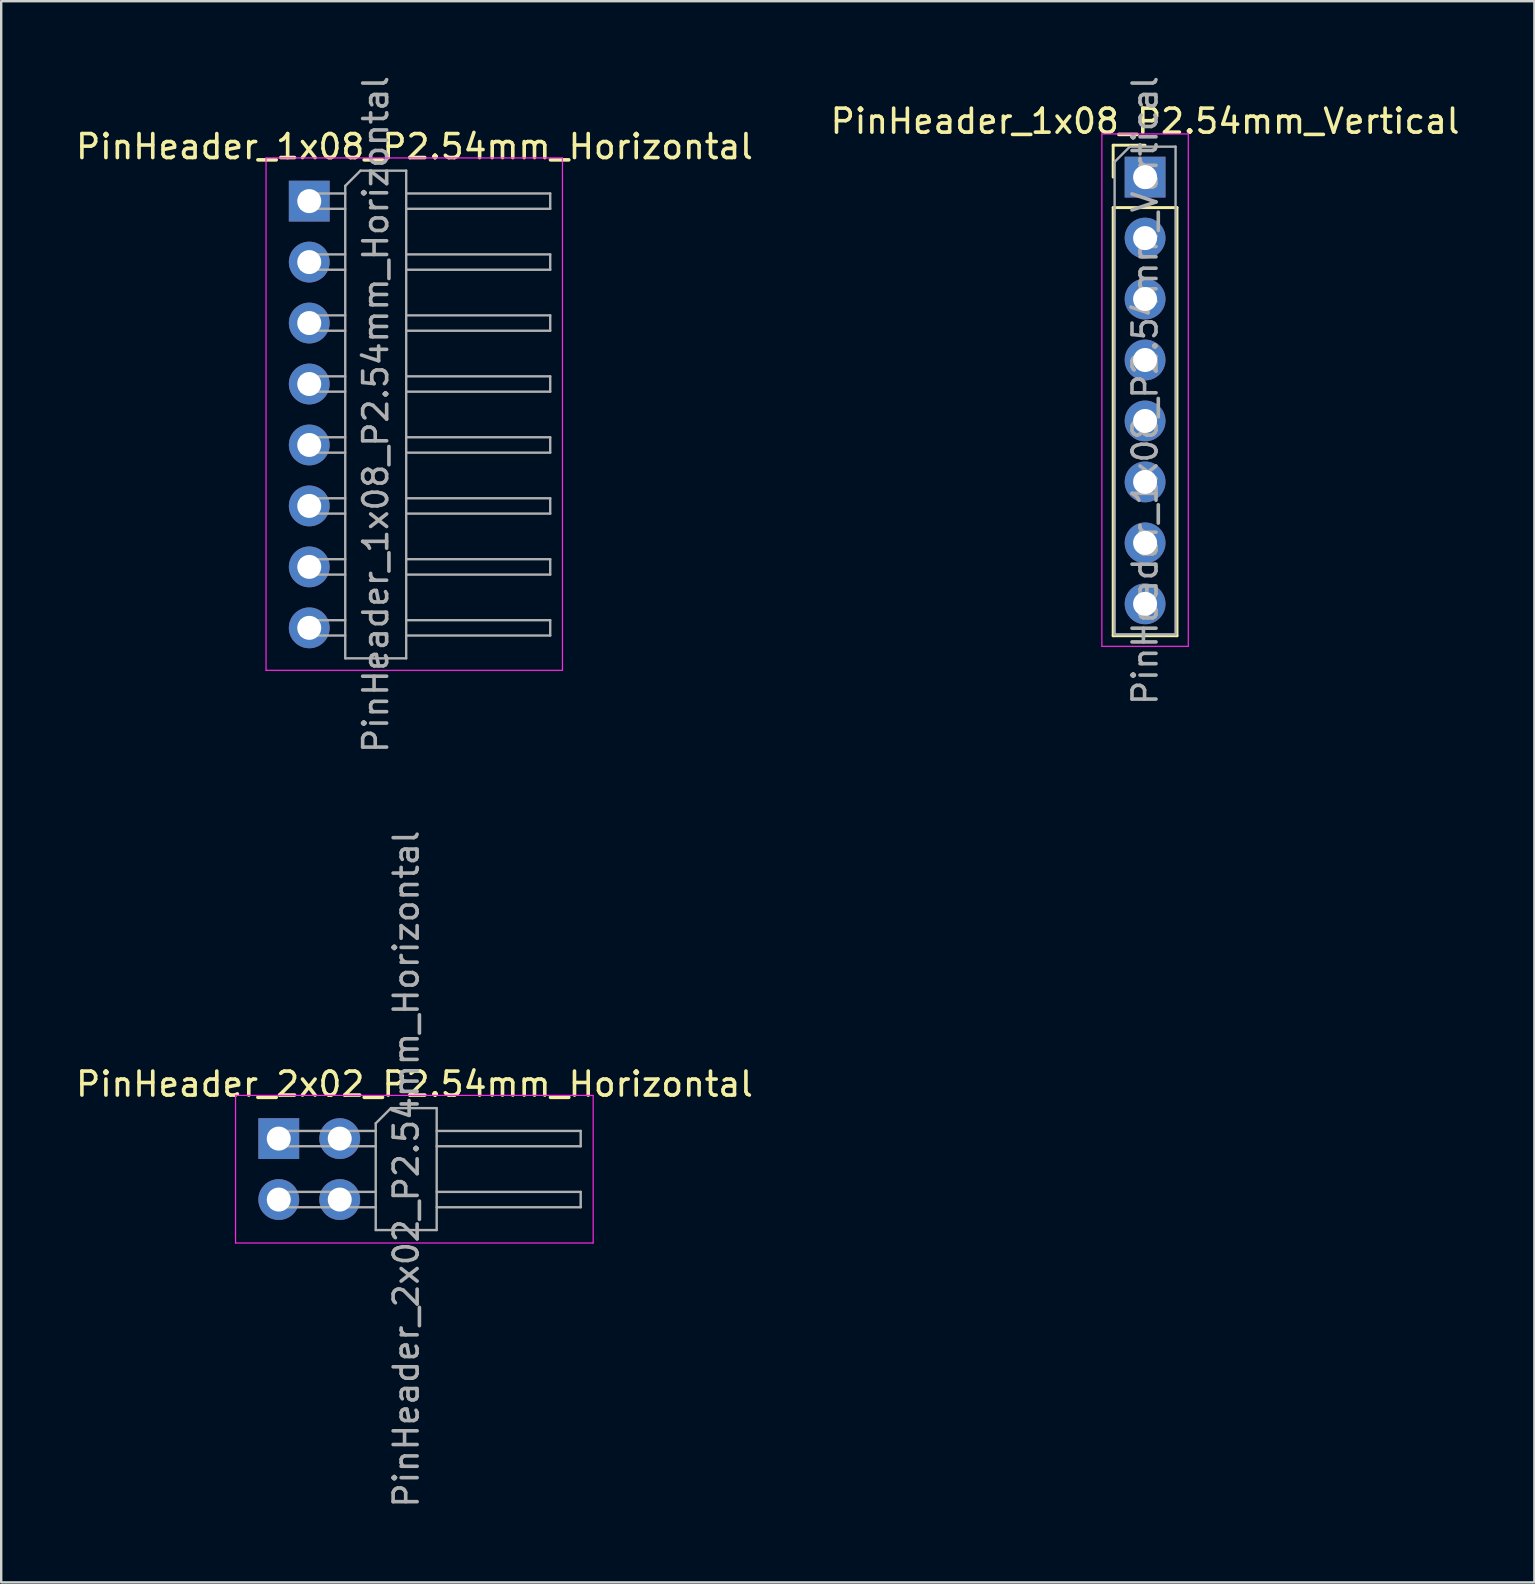
<source format=kicad_pcb>
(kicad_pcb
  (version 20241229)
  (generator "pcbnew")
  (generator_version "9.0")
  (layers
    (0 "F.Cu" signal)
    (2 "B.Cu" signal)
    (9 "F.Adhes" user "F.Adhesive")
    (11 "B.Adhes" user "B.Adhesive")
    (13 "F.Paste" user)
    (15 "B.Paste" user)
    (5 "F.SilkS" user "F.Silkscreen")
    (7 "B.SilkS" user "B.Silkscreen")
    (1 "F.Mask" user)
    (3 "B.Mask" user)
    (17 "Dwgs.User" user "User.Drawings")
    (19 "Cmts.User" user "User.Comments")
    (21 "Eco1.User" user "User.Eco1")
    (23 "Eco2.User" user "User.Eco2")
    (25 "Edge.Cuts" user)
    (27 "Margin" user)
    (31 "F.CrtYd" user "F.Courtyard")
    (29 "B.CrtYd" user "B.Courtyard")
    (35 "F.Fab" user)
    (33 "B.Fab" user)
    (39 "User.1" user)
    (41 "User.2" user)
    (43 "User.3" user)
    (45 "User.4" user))
  (footprint "PinHeader_1x08_P2.54mm_Horizontal"
    (layer "F.Cu")
    (at 9.835 5.33)
    (property "Reference" "PinHeader_1x08_P2.54mm_Horizontal" (at 4.385 -2.27 0) (layer "F.SilkS") (effects (font (size 1 1) (thickness 0.15))))
    (attr through_hole)
    (fp_line (start -1.8 -1.8) (end -1.8 19.55) (stroke (width 0.05) (type solid)) (layer "F.CrtYd"))
    (fp_line (start -1.8 19.55) (end 10.55 19.55) (stroke (width 0.05) (type solid)) (layer "F.CrtYd"))
    (fp_line (start 10.55 -1.8) (end -1.8 -1.8) (stroke (width 0.05) (type solid)) (layer "F.CrtYd"))
    (fp_line (start 10.55 19.55) (end 10.55 -1.8) (stroke (width 0.05) (type solid)) (layer "F.CrtYd"))
    (fp_line (start -0.32 -0.32) (end -0.32 0.32) (stroke (width 0.1) (type solid)) (layer "F.Fab"))
    (fp_line (start -0.32 -0.32) (end 1.5 -0.32) (stroke (width 0.1) (type solid)) (layer "F.Fab"))
    (fp_line (start -0.32 0.32) (end 1.5 0.32) (stroke (width 0.1) (type solid)) (layer "F.Fab"))
    (fp_line (start -0.32 2.22) (end -0.32 2.86) (stroke (width 0.1) (type solid)) (layer "F.Fab"))
    (fp_line (start -0.32 2.22) (end 1.5 2.22) (stroke (width 0.1) (type solid)) (layer "F.Fab"))
    (fp_line (start -0.32 2.86) (end 1.5 2.86) (stroke (width 0.1) (type solid)) (layer "F.Fab"))
    (fp_line (start -0.32 4.76) (end -0.32 5.4) (stroke (width 0.1) (type solid)) (layer "F.Fab"))
    (fp_line (start -0.32 4.76) (end 1.5 4.76) (stroke (width 0.1) (type solid)) (layer "F.Fab"))
    (fp_line (start -0.32 5.4) (end 1.5 5.4) (stroke (width 0.1) (type solid)) (layer "F.Fab"))
    (fp_line (start -0.32 7.3) (end -0.32 7.94) (stroke (width 0.1) (type solid)) (layer "F.Fab"))
    (fp_line (start -0.32 7.3) (end 1.5 7.3) (stroke (width 0.1) (type solid)) (layer "F.Fab"))
    (fp_line (start -0.32 7.94) (end 1.5 7.94) (stroke (width 0.1) (type solid)) (layer "F.Fab"))
    (fp_line (start -0.32 9.84) (end -0.32 10.48) (stroke (width 0.1) (type solid)) (layer "F.Fab"))
    (fp_line (start -0.32 9.84) (end 1.5 9.84) (stroke (width 0.1) (type solid)) (layer "F.Fab"))
    (fp_line (start -0.32 10.48) (end 1.5 10.48) (stroke (width 0.1) (type solid)) (layer "F.Fab"))
    (fp_line (start -0.32 12.38) (end -0.32 13.02) (stroke (width 0.1) (type solid)) (layer "F.Fab"))
    (fp_line (start -0.32 12.38) (end 1.5 12.38) (stroke (width 0.1) (type solid)) (layer "F.Fab"))
    (fp_line (start -0.32 13.02) (end 1.5 13.02) (stroke (width 0.1) (type solid)) (layer "F.Fab"))
    (fp_line (start -0.32 14.92) (end -0.32 15.56) (stroke (width 0.1) (type solid)) (layer "F.Fab"))
    (fp_line (start -0.32 14.92) (end 1.5 14.92) (stroke (width 0.1) (type solid)) (layer "F.Fab"))
    (fp_line (start -0.32 15.56) (end 1.5 15.56) (stroke (width 0.1) (type solid)) (layer "F.Fab"))
    (fp_line (start -0.32 17.46) (end -0.32 18.1) (stroke (width 0.1) (type solid)) (layer "F.Fab"))
    (fp_line (start -0.32 17.46) (end 1.5 17.46) (stroke (width 0.1) (type solid)) (layer "F.Fab"))
    (fp_line (start -0.32 18.1) (end 1.5 18.1) (stroke (width 0.1) (type solid)) (layer "F.Fab"))
    (fp_line (start 1.5 -0.635) (end 2.135 -1.27) (stroke (width 0.1) (type solid)) (layer "F.Fab"))
    (fp_line (start 1.5 19.05) (end 1.5 -0.635) (stroke (width 0.1) (type solid)) (layer "F.Fab"))
    (fp_line (start 2.135 -1.27) (end 4.04 -1.27) (stroke (width 0.1) (type solid)) (layer "F.Fab"))
    (fp_line (start 4.04 -1.27) (end 4.04 19.05) (stroke (width 0.1) (type solid)) (layer "F.Fab"))
    (fp_line (start 4.04 -0.32) (end 10.04 -0.32) (stroke (width 0.1) (type solid)) (layer "F.Fab"))
    (fp_line (start 4.04 0.32) (end 10.04 0.32) (stroke (width 0.1) (type solid)) (layer "F.Fab"))
    (fp_line (start 4.04 2.22) (end 10.04 2.22) (stroke (width 0.1) (type solid)) (layer "F.Fab"))
    (fp_line (start 4.04 2.86) (end 10.04 2.86) (stroke (width 0.1) (type solid)) (layer "F.Fab"))
    (fp_line (start 4.04 4.76) (end 10.04 4.76) (stroke (width 0.1) (type solid)) (layer "F.Fab"))
    (fp_line (start 4.04 5.4) (end 10.04 5.4) (stroke (width 0.1) (type solid)) (layer "F.Fab"))
    (fp_line (start 4.04 7.3) (end 10.04 7.3) (stroke (width 0.1) (type solid)) (layer "F.Fab"))
    (fp_line (start 4.04 7.94) (end 10.04 7.94) (stroke (width 0.1) (type solid)) (layer "F.Fab"))
    (fp_line (start 4.04 9.84) (end 10.04 9.84) (stroke (width 0.1) (type solid)) (layer "F.Fab"))
    (fp_line (start 4.04 10.48) (end 10.04 10.48) (stroke (width 0.1) (type solid)) (layer "F.Fab"))
    (fp_line (start 4.04 12.38) (end 10.04 12.38) (stroke (width 0.1) (type solid)) (layer "F.Fab"))
    (fp_line (start 4.04 13.02) (end 10.04 13.02) (stroke (width 0.1) (type solid)) (layer "F.Fab"))
    (fp_line (start 4.04 14.92) (end 10.04 14.92) (stroke (width 0.1) (type solid)) (layer "F.Fab"))
    (fp_line (start 4.04 15.56) (end 10.04 15.56) (stroke (width 0.1) (type solid)) (layer "F.Fab"))
    (fp_line (start 4.04 17.46) (end 10.04 17.46) (stroke (width 0.1) (type solid)) (layer "F.Fab"))
    (fp_line (start 4.04 18.1) (end 10.04 18.1) (stroke (width 0.1) (type solid)) (layer "F.Fab"))
    (fp_line (start 4.04 19.05) (end 1.5 19.05) (stroke (width 0.1) (type solid)) (layer "F.Fab"))
    (fp_line (start 10.04 -0.32) (end 10.04 0.32) (stroke (width 0.1) (type solid)) (layer "F.Fab"))
    (fp_line (start 10.04 2.22) (end 10.04 2.86) (stroke (width 0.1) (type solid)) (layer "F.Fab"))
    (fp_line (start 10.04 4.76) (end 10.04 5.4) (stroke (width 0.1) (type solid)) (layer "F.Fab"))
    (fp_line (start 10.04 7.3) (end 10.04 7.94) (stroke (width 0.1) (type solid)) (layer "F.Fab"))
    (fp_line (start 10.04 9.84) (end 10.04 10.48) (stroke (width 0.1) (type solid)) (layer "F.Fab"))
    (fp_line (start 10.04 12.38) (end 10.04 13.02) (stroke (width 0.1) (type solid)) (layer "F.Fab"))
    (fp_line (start 10.04 14.92) (end 10.04 15.56) (stroke (width 0.1) (type solid)) (layer "F.Fab"))
    (fp_line (start 10.04 17.46) (end 10.04 18.1) (stroke (width 0.1) (type solid)) (layer "F.Fab"))
    (fp_text user "${REFERENCE}" (at 2.77 8.89 90) (layer "F.Fab") (effects (font (size 1 1) (thickness 0.15))))
    (pad "1" thru_hole rect (at 0 0) (size 1.7 1.7) (drill 1) (layers "*.Cu" "*.Mask"))
    (pad "2" thru_hole oval (at 0 2.54) (size 1.7 1.7) (drill 1) (layers "*.Cu" "*.Mask"))
    (pad "3" thru_hole oval (at 0 5.08) (size 1.7 1.7) (drill 1) (layers "*.Cu" "*.Mask"))
    (pad "4" thru_hole oval (at 0 7.62) (size 1.7 1.7) (drill 1) (layers "*.Cu" "*.Mask"))
    (pad "5" thru_hole oval (at 0 10.16) (size 1.7 1.7) (drill 1) (layers "*.Cu" "*.Mask"))
    (pad "6" thru_hole oval (at 0 12.7) (size 1.7 1.7) (drill 1) (layers "*.Cu" "*.Mask"))
    (pad "7" thru_hole oval (at 0 15.24) (size 1.7 1.7) (drill 1) (layers "*.Cu" "*.Mask"))
    (pad "8" thru_hole oval (at 0 17.78) (size 1.7 1.7) (drill 1) (layers "*.Cu" "*.Mask")))
  (footprint "PinHeader_1x08_P2.54mm_Vertical"
    (layer "F.Cu")
    (at 44.661 4.33)
    (property "Reference" "PinHeader_1x08_P2.54mm_Vertical" (at 0 -2.33 0) (layer "F.SilkS") (effects (font (size 1 1) (thickness 0.15))))
    (attr through_hole)
    (fp_line (start -1.33 -1.33) (end 0 -1.33) (stroke (width 0.12) (type solid)) (layer "F.SilkS"))
    (fp_line (start -1.33 0) (end -1.33 -1.33) (stroke (width 0.12) (type solid)) (layer "F.SilkS"))
    (fp_line (start -1.33 1.27) (end -1.33 19.11) (stroke (width 0.12) (type solid)) (layer "F.SilkS"))
    (fp_line (start -1.33 1.27) (end 1.33 1.27) (stroke (width 0.12) (type solid)) (layer "F.SilkS"))
    (fp_line (start -1.33 19.11) (end 1.33 19.11) (stroke (width 0.12) (type solid)) (layer "F.SilkS"))
    (fp_line (start 1.33 1.27) (end 1.33 19.11) (stroke (width 0.12) (type solid)) (layer "F.SilkS"))
    (fp_line (start -1.8 -1.8) (end -1.8 19.55) (stroke (width 0.05) (type solid)) (layer "F.CrtYd"))
    (fp_line (start -1.8 19.55) (end 1.8 19.55) (stroke (width 0.05) (type solid)) (layer "F.CrtYd"))
    (fp_line (start 1.8 -1.8) (end -1.8 -1.8) (stroke (width 0.05) (type solid)) (layer "F.CrtYd"))
    (fp_line (start 1.8 19.55) (end 1.8 -1.8) (stroke (width 0.05) (type solid)) (layer "F.CrtYd"))
    (fp_line (start -1.27 -0.635) (end -0.635 -1.27) (stroke (width 0.1) (type solid)) (layer "F.Fab"))
    (fp_line (start -1.27 19.05) (end -1.27 -0.635) (stroke (width 0.1) (type solid)) (layer "F.Fab"))
    (fp_line (start -0.635 -1.27) (end 1.27 -1.27) (stroke (width 0.1) (type solid)) (layer "F.Fab"))
    (fp_line (start 1.27 -1.27) (end 1.27 19.05) (stroke (width 0.1) (type solid)) (layer "F.Fab"))
    (fp_line (start 1.27 19.05) (end -1.27 19.05) (stroke (width 0.1) (type solid)) (layer "F.Fab"))
    (fp_text user "${REFERENCE}" (at 0 8.89 90) (layer "F.Fab") (effects (font (size 1 1) (thickness 0.15))))
    (pad "1" thru_hole rect (at 0 0) (size 1.7 1.7) (drill 1) (layers "*.Cu" "*.Mask"))
    (pad "2" thru_hole oval (at 0 2.54) (size 1.7 1.7) (drill 1) (layers "*.Cu" "*.Mask"))
    (pad "3" thru_hole oval (at 0 5.08) (size 1.7 1.7) (drill 1) (layers "*.Cu" "*.Mask"))
    (pad "4" thru_hole oval (at 0 7.62) (size 1.7 1.7) (drill 1) (layers "*.Cu" "*.Mask"))
    (pad "5" thru_hole oval (at 0 10.16) (size 1.7 1.7) (drill 1) (layers "*.Cu" "*.Mask"))
    (pad "6" thru_hole oval (at 0 12.7) (size 1.7 1.7) (drill 1) (layers "*.Cu" "*.Mask"))
    (pad "7" thru_hole oval (at 0 15.24) (size 1.7 1.7) (drill 1) (layers "*.Cu" "*.Mask"))
    (pad "8" thru_hole oval (at 0 17.78) (size 1.7 1.7) (drill 1) (layers "*.Cu" "*.Mask")))
  (footprint "PinHeader_2x02_P2.54mm_Horizontal"
    (layer "F.Cu")
    (at 8.565 44.391)
    (property "Reference" "PinHeader_2x02_P2.54mm_Horizontal" (at 5.655 -2.27 0) (layer "F.SilkS") (effects (font (size 1 1) (thickness 0.15))))
    (attr through_hole)
    (fp_line (start -1.8 -1.8) (end -1.8 4.35) (stroke (width 0.05) (type solid)) (layer "F.CrtYd"))
    (fp_line (start -1.8 4.35) (end 13.1 4.35) (stroke (width 0.05) (type solid)) (layer "F.CrtYd"))
    (fp_line (start 13.1 -1.8) (end -1.8 -1.8) (stroke (width 0.05) (type solid)) (layer "F.CrtYd"))
    (fp_line (start 13.1 4.35) (end 13.1 -1.8) (stroke (width 0.05) (type solid)) (layer "F.CrtYd"))
    (fp_line (start -0.32 -0.32) (end -0.32 0.32) (stroke (width 0.1) (type solid)) (layer "F.Fab"))
    (fp_line (start -0.32 -0.32) (end 4.04 -0.32) (stroke (width 0.1) (type solid)) (layer "F.Fab"))
    (fp_line (start -0.32 0.32) (end 4.04 0.32) (stroke (width 0.1) (type solid)) (layer "F.Fab"))
    (fp_line (start -0.32 2.22) (end -0.32 2.86) (stroke (width 0.1) (type solid)) (layer "F.Fab"))
    (fp_line (start -0.32 2.22) (end 4.04 2.22) (stroke (width 0.1) (type solid)) (layer "F.Fab"))
    (fp_line (start -0.32 2.86) (end 4.04 2.86) (stroke (width 0.1) (type solid)) (layer "F.Fab"))
    (fp_line (start 4.04 -0.635) (end 4.675 -1.27) (stroke (width 0.1) (type solid)) (layer "F.Fab"))
    (fp_line (start 4.04 3.81) (end 4.04 -0.635) (stroke (width 0.1) (type solid)) (layer "F.Fab"))
    (fp_line (start 4.675 -1.27) (end 6.58 -1.27) (stroke (width 0.1) (type solid)) (layer "F.Fab"))
    (fp_line (start 6.58 -1.27) (end 6.58 3.81) (stroke (width 0.1) (type solid)) (layer "F.Fab"))
    (fp_line (start 6.58 -0.32) (end 12.58 -0.32) (stroke (width 0.1) (type solid)) (layer "F.Fab"))
    (fp_line (start 6.58 0.32) (end 12.58 0.32) (stroke (width 0.1) (type solid)) (layer "F.Fab"))
    (fp_line (start 6.58 2.22) (end 12.58 2.22) (stroke (width 0.1) (type solid)) (layer "F.Fab"))
    (fp_line (start 6.58 2.86) (end 12.58 2.86) (stroke (width 0.1) (type solid)) (layer "F.Fab"))
    (fp_line (start 6.58 3.81) (end 4.04 3.81) (stroke (width 0.1) (type solid)) (layer "F.Fab"))
    (fp_line (start 12.58 -0.32) (end 12.58 0.32) (stroke (width 0.1) (type solid)) (layer "F.Fab"))
    (fp_line (start 12.58 2.22) (end 12.58 2.86) (stroke (width 0.1) (type solid)) (layer "F.Fab"))
    (fp_text user "${REFERENCE}" (at 5.31 1.27 90) (layer "F.Fab") (effects (font (size 1 1) (thickness 0.15))))
    (pad "1" thru_hole rect (at 0 0) (size 1.7 1.7) (drill 1) (layers "*.Cu" "*.Mask"))
    (pad "2" thru_hole oval (at 2.54 0) (size 1.7 1.7) (drill 1) (layers "*.Cu" "*.Mask"))
    (pad "3" thru_hole oval (at 0 2.54) (size 1.7 1.7) (drill 1) (layers "*.Cu" "*.Mask"))
    (pad "4" thru_hole oval (at 2.54 2.54) (size 1.7 1.7) (drill 1) (layers "*.Cu" "*.Mask")))
  (gr_rect
    (start -3 -3)
    (end 60.881 62.881)
    (stroke (width 0.1) (type default))
    (fill no)
    (layer "Edge.Cuts")))
</source>
